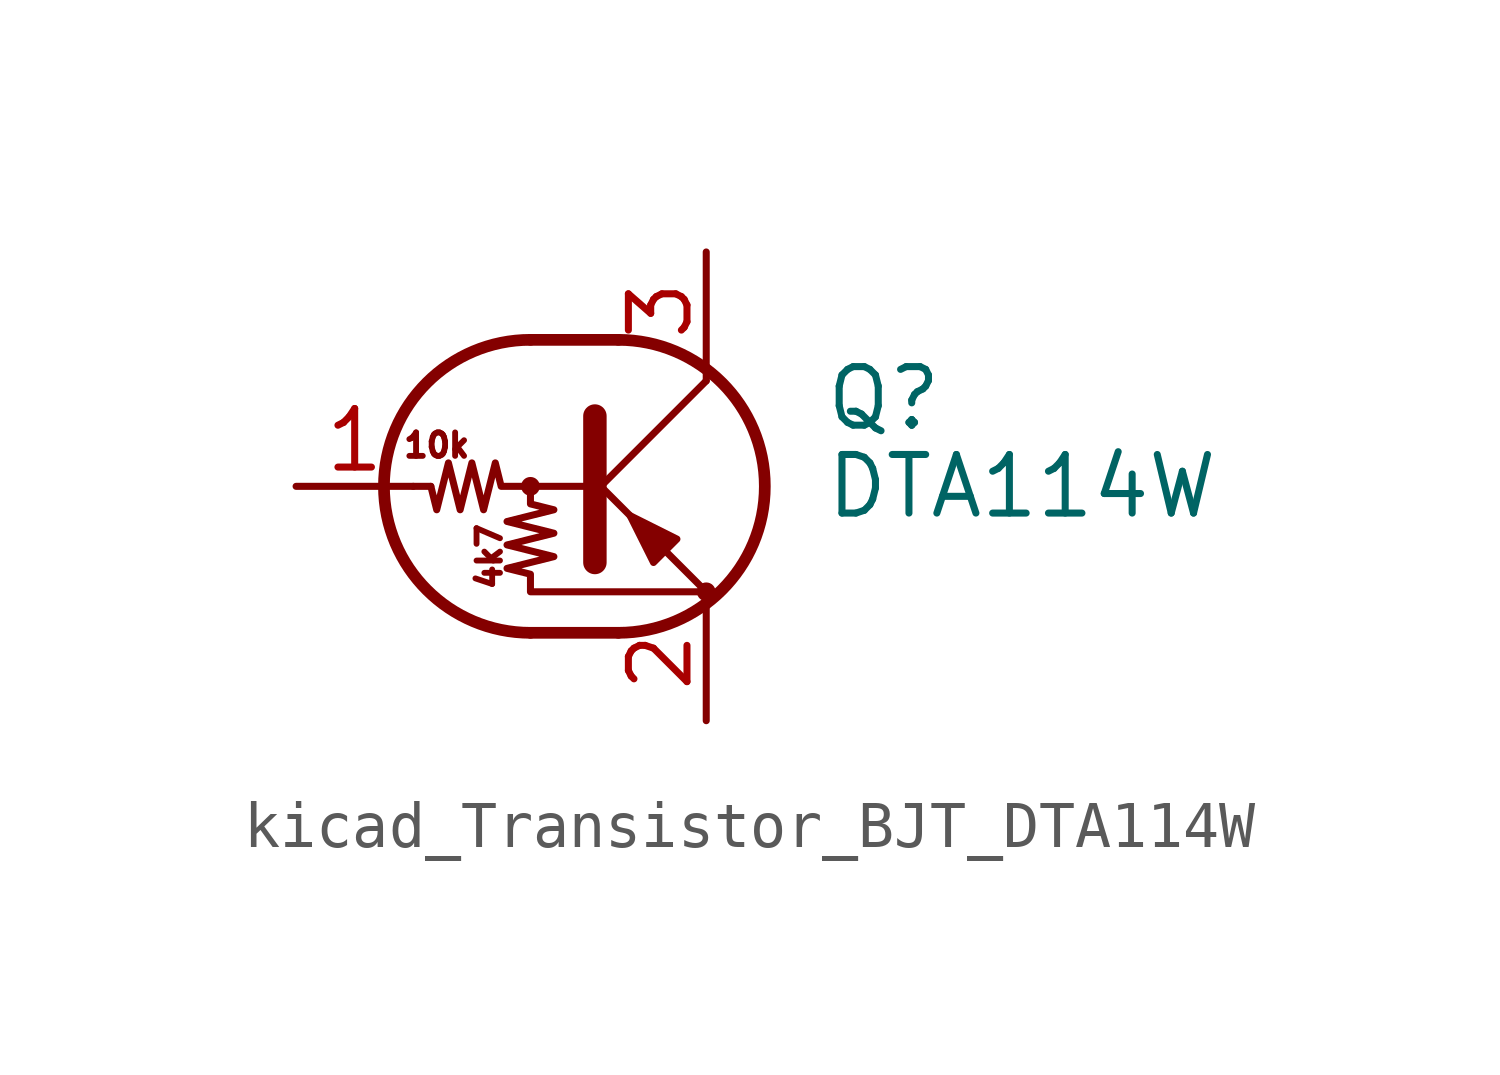
<source format=kicad_sym>
(kicad_symbol_lib
  (version 20220914)
  (generator kicad_symbol_editor)
  (symbol "kicad_Transistor_BJT_DTA114W"
    (pin_names
      (offset 0) hide)
    (property "Reference" "Q"
      (at 5.08 1.905 0)
      (effects (font (size 1.27 1.27)) (justify left)))
    (property "Value" "DTA114W"
      (at 5.08 0 0)
      (effects (font (size 1.27 1.27)) (justify left)))
    (symbol "kicad_Transistor_BJT_DTA114W_0_0"
      (text "10k" (at -3.302 0.889 0) (effects (font (size 0.508 0.508))))
      (text "4k7" (at -2.159 -1.524 900) (effects (font (size 0.508 0.508)))))
    (symbol "kicad_Transistor_BJT_DTA114W_0_1"
      (circle (center -1.27 0) (radius 0.127) (stroke (width 0) (type default)) (fill (type none)))
      (arc (start -1.27 3.175) (mid -4.4312 0) (end -1.27 -3.175) (stroke (width 0.254) (type default)) (fill (type none)))
      (polyline (pts (xy -3.429 0) (xy -3.81 0)) (stroke (width 0) (type default)) (fill (type none)))
      (polyline (pts (xy -1.27 -3.175) (xy 0.635 -3.175)) (stroke (width 0.254) (type default)) (fill (type none)))
      (polyline (pts (xy -1.27 3.175) (xy 0.635 3.175)) (stroke (width 0.254) (type default)) (fill (type none)))
      (polyline (pts (xy 0 -0.254) (xy 2.54 2.286)) (stroke (width 0) (type default)) (fill (type none)))
      (polyline (pts (xy 0.127 1.524) (xy 0.127 -1.651)) (stroke (width 0.508) (type default)) (fill (type outline)))
      (polyline (pts (xy 2.54 2.286) (xy 2.54 2.54)) (stroke (width 0) (type default)) (fill (type none)))
      (polyline (pts (xy 2.54 -2.286) (xy 0 0.254) (xy 0 0.254)) (stroke (width 0) (type default)) (fill (type none)))
      (polyline (pts (xy 1.397 -1.651) (xy 1.905 -1.143) (xy 0.889 -0.635) (xy 1.397 -1.651)) (stroke (width 0) (type default)) (fill (type outline)))
      (polyline (pts (xy 0 0) (xy -1.905 0) (xy -2.032 0.508) (xy -2.286 -0.508) (xy -2.54 0.508) (xy -2.794 -0.508) (xy -3.048 0.508) (xy -3.302 -0.508) (xy -3.429 0)) (stroke (width 0) (type default)) (fill (type none)))
      (polyline (pts (xy -1.27 0) (xy -1.27 -0.381) (xy -0.762 -0.508) (xy -1.778 -0.762) (xy -0.762 -1.016) (xy -1.778 -1.27) (xy -0.762 -1.524) (xy -1.778 -1.778) (xy -1.27 -1.905) (xy -1.27 -2.286) (xy 2.54 -2.286)) (stroke (width 0) (type default)) (fill (type none)))
      (arc (start 0.635 -3.175) (mid 3.7962 0) (end 0.635 3.175) (stroke (width 0.254) (type default)) (fill (type none)))
      (circle (center 2.54 -2.286) (radius 0.127) (stroke (width 0) (type default)) (fill (type none))))
    (symbol "kicad_Transistor_BJT_DTA114W_1_1"
      (pin input line (at -6.35 0 0) (length 2.54) (name "B" (effects (font (size 1.27 1.27)))) (number "1" (effects (font (size 1.27 1.27)))))
      (pin passive line (at 2.54 -5.08 90) (length 2.54) (name "E" (effects (font (size 1.27 1.27)))) (number "2" (effects (font (size 1.27 1.27)))))
      (pin passive line (at 2.54 5.08 270) (length 2.54) (name "C" (effects (font (size 1.27 1.27)))) (number "3" (effects (font (size 1.27 1.27))))))))
</source>
